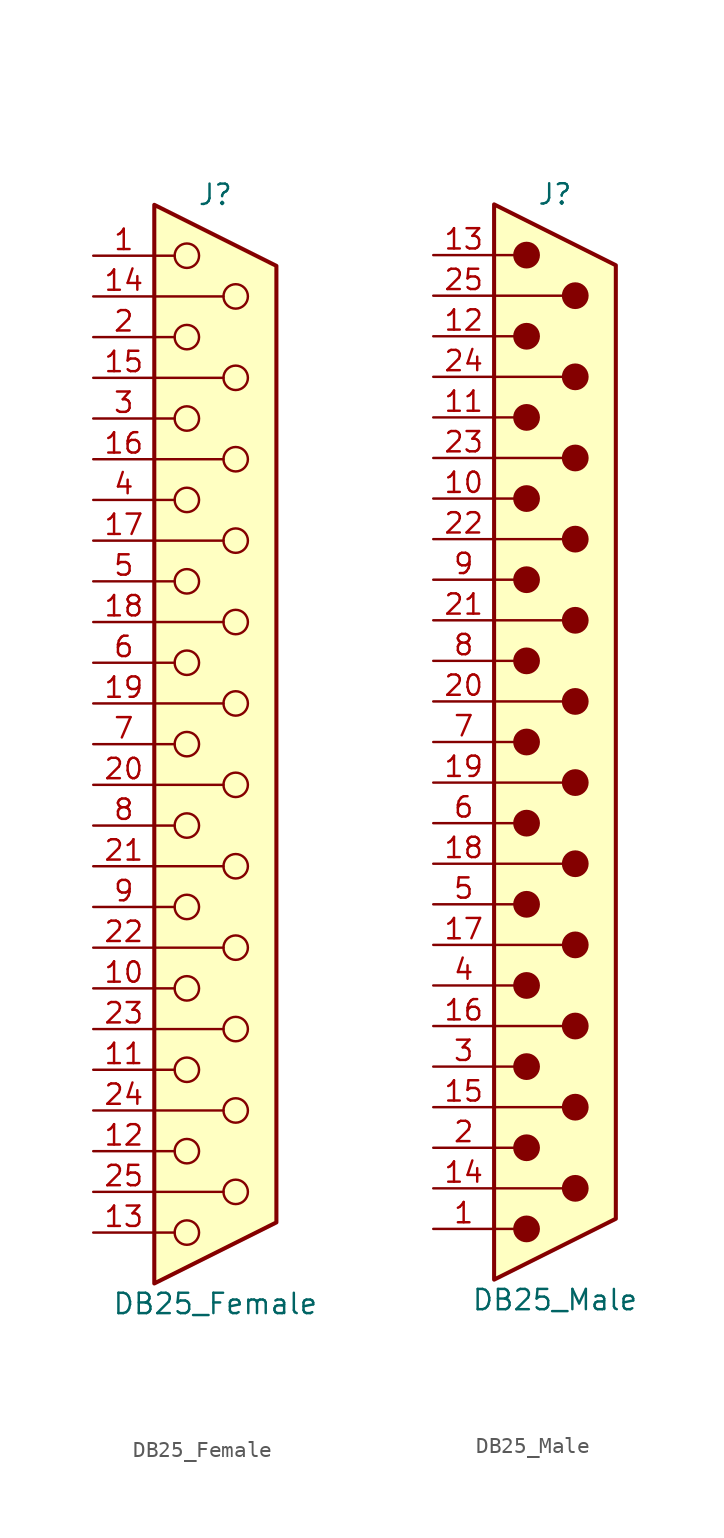
<source format=kicad_sym>
(kicad_symbol_lib
  (version 20211014)
  (generator kicad_symbol_editor)
  (symbol "DB25_Female"
    (pin_names
      (offset 1.016) hide)
    (property "Reference" "J"
      (at 0 34.29 0)
      (effects (font (size 1.27 1.27))))
    (property "Value" "DB25_Female"
      (at 0 -34.925 0)
      (effects (font (size 1.27 1.27))))
    (symbol "DB25_Female_0_1"
      (circle (center -1.778 -30.48) (radius 0.762) (stroke (width 0) (type default) (color 0 0 0 0)) (fill (type none)))
      (circle (center -1.778 -25.4) (radius 0.762) (stroke (width 0) (type default) (color 0 0 0 0)) (fill (type none)))
      (circle (center -1.778 -20.32) (radius 0.762) (stroke (width 0) (type default) (color 0 0 0 0)) (fill (type none)))
      (circle (center -1.778 -15.24) (radius 0.762) (stroke (width 0) (type default) (color 0 0 0 0)) (fill (type none)))
      (circle (center -1.778 -10.16) (radius 0.762) (stroke (width 0) (type default) (color 0 0 0 0)) (fill (type none)))
      (circle (center -1.778 -5.08) (radius 0.762) (stroke (width 0) (type default) (color 0 0 0 0)) (fill (type none)))
      (circle (center -1.778 0) (radius 0.762) (stroke (width 0) (type default) (color 0 0 0 0)) (fill (type none)))
      (circle (center -1.778 5.08) (radius 0.762) (stroke (width 0) (type default) (color 0 0 0 0)) (fill (type none)))
      (circle (center -1.778 10.16) (radius 0.762) (stroke (width 0) (type default) (color 0 0 0 0)) (fill (type none)))
      (circle (center -1.778 15.24) (radius 0.762) (stroke (width 0) (type default) (color 0 0 0 0)) (fill (type none)))
      (circle (center -1.778 20.32) (radius 0.762) (stroke (width 0) (type default) (color 0 0 0 0)) (fill (type none)))
      (circle (center -1.778 25.4) (radius 0.762) (stroke (width 0) (type default) (color 0 0 0 0)) (fill (type none)))
      (circle (center -1.778 30.48) (radius 0.762) (stroke (width 0) (type default) (color 0 0 0 0)) (fill (type none)))
      (polyline (pts (xy -3.81 -30.48) (xy -2.54 -30.48)) (stroke (width 0) (type default) (color 0 0 0 0)) (fill (type none)))
      (polyline (pts (xy -3.81 -27.94) (xy 0.508 -27.94)) (stroke (width 0) (type default) (color 0 0 0 0)) (fill (type none)))
      (polyline (pts (xy -3.81 -25.4) (xy -2.54 -25.4)) (stroke (width 0) (type default) (color 0 0 0 0)) (fill (type none)))
      (polyline (pts (xy -3.81 -22.86) (xy 0.508 -22.86)) (stroke (width 0) (type default) (color 0 0 0 0)) (fill (type none)))
      (polyline (pts (xy -3.81 -20.32) (xy -2.54 -20.32)) (stroke (width 0) (type default) (color 0 0 0 0)) (fill (type none)))
      (polyline (pts (xy -3.81 -17.78) (xy 0.508 -17.78)) (stroke (width 0) (type default) (color 0 0 0 0)) (fill (type none)))
      (polyline (pts (xy -3.81 -15.24) (xy -2.54 -15.24)) (stroke (width 0) (type default) (color 0 0 0 0)) (fill (type none)))
      (polyline (pts (xy -3.81 -12.7) (xy 0.508 -12.7)) (stroke (width 0) (type default) (color 0 0 0 0)) (fill (type none)))
      (polyline (pts (xy -3.81 -10.16) (xy -2.54 -10.16)) (stroke (width 0) (type default) (color 0 0 0 0)) (fill (type none)))
      (polyline (pts (xy -3.81 -7.62) (xy 0.508 -7.62)) (stroke (width 0) (type default) (color 0 0 0 0)) (fill (type none)))
      (polyline (pts (xy -3.81 -5.08) (xy -2.54 -5.08)) (stroke (width 0) (type default) (color 0 0 0 0)) (fill (type none)))
      (polyline (pts (xy -3.81 -2.54) (xy 0.508 -2.54)) (stroke (width 0) (type default) (color 0 0 0 0)) (fill (type none)))
      (polyline (pts (xy -3.81 0) (xy -2.54 0)) (stroke (width 0) (type default) (color 0 0 0 0)) (fill (type none)))
      (polyline (pts (xy -3.81 2.54) (xy 0.508 2.54)) (stroke (width 0) (type default) (color 0 0 0 0)) (fill (type none)))
      (polyline (pts (xy -3.81 5.08) (xy -2.54 5.08)) (stroke (width 0) (type default) (color 0 0 0 0)) (fill (type none)))
      (polyline (pts (xy -3.81 7.62) (xy 0.508 7.62)) (stroke (width 0) (type default) (color 0 0 0 0)) (fill (type none)))
      (polyline (pts (xy -3.81 10.16) (xy -2.54 10.16)) (stroke (width 0) (type default) (color 0 0 0 0)) (fill (type none)))
      (polyline (pts (xy -3.81 12.7) (xy 0.508 12.7)) (stroke (width 0) (type default) (color 0 0 0 0)) (fill (type none)))
      (polyline (pts (xy -3.81 15.24) (xy -2.54 15.24)) (stroke (width 0) (type default) (color 0 0 0 0)) (fill (type none)))
      (polyline (pts (xy -3.81 17.78) (xy 0.508 17.78)) (stroke (width 0) (type default) (color 0 0 0 0)) (fill (type none)))
      (polyline (pts (xy -3.81 20.32) (xy -2.54 20.32)) (stroke (width 0) (type default) (color 0 0 0 0)) (fill (type none)))
      (polyline (pts (xy -3.81 22.86) (xy 0.508 22.86)) (stroke (width 0) (type default) (color 0 0 0 0)) (fill (type none)))
      (polyline (pts (xy -3.81 25.4) (xy -2.54 25.4)) (stroke (width 0) (type default) (color 0 0 0 0)) (fill (type none)))
      (polyline (pts (xy -3.81 27.94) (xy 0.508 27.94)) (stroke (width 0) (type default) (color 0 0 0 0)) (fill (type none)))
      (polyline (pts (xy -3.81 30.48) (xy -2.54 30.48)) (stroke (width 0) (type default) (color 0 0 0 0)) (fill (type none)))
      (polyline (pts (xy -3.81 33.655) (xy 3.81 29.845) (xy 3.81 -29.845) (xy -3.81 -33.655) (xy -3.81 33.655)) (stroke (width 0.254) (type default) (color 0 0 0 0)) (fill (type background)))
      (circle (center 1.27 -27.94) (radius 0.762) (stroke (width 0) (type default) (color 0 0 0 0)) (fill (type none)))
      (circle (center 1.27 -22.86) (radius 0.762) (stroke (width 0) (type default) (color 0 0 0 0)) (fill (type none)))
      (circle (center 1.27 -17.78) (radius 0.762) (stroke (width 0) (type default) (color 0 0 0 0)) (fill (type none)))
      (circle (center 1.27 -12.7) (radius 0.762) (stroke (width 0) (type default) (color 0 0 0 0)) (fill (type none)))
      (circle (center 1.27 -7.62) (radius 0.762) (stroke (width 0) (type default) (color 0 0 0 0)) (fill (type none)))
      (circle (center 1.27 -2.54) (radius 0.762) (stroke (width 0) (type default) (color 0 0 0 0)) (fill (type none)))
      (circle (center 1.27 2.54) (radius 0.762) (stroke (width 0) (type default) (color 0 0 0 0)) (fill (type none)))
      (circle (center 1.27 7.62) (radius 0.762) (stroke (width 0) (type default) (color 0 0 0 0)) (fill (type none)))
      (circle (center 1.27 12.7) (radius 0.762) (stroke (width 0) (type default) (color 0 0 0 0)) (fill (type none)))
      (circle (center 1.27 17.78) (radius 0.762) (stroke (width 0) (type default) (color 0 0 0 0)) (fill (type none)))
      (circle (center 1.27 22.86) (radius 0.762) (stroke (width 0) (type default) (color 0 0 0 0)) (fill (type none)))
      (circle (center 1.27 27.94) (radius 0.762) (stroke (width 0) (type default) (color 0 0 0 0)) (fill (type none))))
    (symbol "DB25_Female_1_1"
      (pin passive line (at -7.62 30.48 0) (length 3.81) (name "1" (effects (font (size 1.27 1.27)))) (number "1" (effects (font (size 1.27 1.27)))))
      (pin passive line (at -7.62 -15.24 0) (length 3.81) (name "10" (effects (font (size 1.27 1.27)))) (number "10" (effects (font (size 1.27 1.27)))))
      (pin passive line (at -7.62 -20.32 0) (length 3.81) (name "11" (effects (font (size 1.27 1.27)))) (number "11" (effects (font (size 1.27 1.27)))))
      (pin passive line (at -7.62 -25.4 0) (length 3.81) (name "12" (effects (font (size 1.27 1.27)))) (number "12" (effects (font (size 1.27 1.27)))))
      (pin passive line (at -7.62 -30.48 0) (length 3.81) (name "13" (effects (font (size 1.27 1.27)))) (number "13" (effects (font (size 1.27 1.27)))))
      (pin passive line (at -7.62 27.94 0) (length 3.81) (name "P14" (effects (font (size 1.27 1.27)))) (number "14" (effects (font (size 1.27 1.27)))))
      (pin passive line (at -7.62 22.86 0) (length 3.81) (name "P15" (effects (font (size 1.27 1.27)))) (number "15" (effects (font (size 1.27 1.27)))))
      (pin passive line (at -7.62 17.78 0) (length 3.81) (name "P16" (effects (font (size 1.27 1.27)))) (number "16" (effects (font (size 1.27 1.27)))))
      (pin passive line (at -7.62 12.7 0) (length 3.81) (name "P17" (effects (font (size 1.27 1.27)))) (number "17" (effects (font (size 1.27 1.27)))))
      (pin passive line (at -7.62 7.62 0) (length 3.81) (name "P18" (effects (font (size 1.27 1.27)))) (number "18" (effects (font (size 1.27 1.27)))))
      (pin passive line (at -7.62 2.54 0) (length 3.81) (name "P19" (effects (font (size 1.27 1.27)))) (number "19" (effects (font (size 1.27 1.27)))))
      (pin passive line (at -7.62 25.4 0) (length 3.81) (name "2" (effects (font (size 1.27 1.27)))) (number "2" (effects (font (size 1.27 1.27)))))
      (pin passive line (at -7.62 -2.54 0) (length 3.81) (name "P20" (effects (font (size 1.27 1.27)))) (number "20" (effects (font (size 1.27 1.27)))))
      (pin passive line (at -7.62 -7.62 0) (length 3.81) (name "P21" (effects (font (size 1.27 1.27)))) (number "21" (effects (font (size 1.27 1.27)))))
      (pin passive line (at -7.62 -12.7 0) (length 3.81) (name "P22" (effects (font (size 1.27 1.27)))) (number "22" (effects (font (size 1.27 1.27)))))
      (pin passive line (at -7.62 -17.78 0) (length 3.81) (name "P23" (effects (font (size 1.27 1.27)))) (number "23" (effects (font (size 1.27 1.27)))))
      (pin passive line (at -7.62 -22.86 0) (length 3.81) (name "P24" (effects (font (size 1.27 1.27)))) (number "24" (effects (font (size 1.27 1.27)))))
      (pin passive line (at -7.62 -27.94 0) (length 3.81) (name "P25" (effects (font (size 1.27 1.27)))) (number "25" (effects (font (size 1.27 1.27)))))
      (pin passive line (at -7.62 20.32 0) (length 3.81) (name "3" (effects (font (size 1.27 1.27)))) (number "3" (effects (font (size 1.27 1.27)))))
      (pin passive line (at -7.62 15.24 0) (length 3.81) (name "4" (effects (font (size 1.27 1.27)))) (number "4" (effects (font (size 1.27 1.27)))))
      (pin passive line (at -7.62 10.16 0) (length 3.81) (name "5" (effects (font (size 1.27 1.27)))) (number "5" (effects (font (size 1.27 1.27)))))
      (pin passive line (at -7.62 5.08 0) (length 3.81) (name "6" (effects (font (size 1.27 1.27)))) (number "6" (effects (font (size 1.27 1.27)))))
      (pin passive line (at -7.62 0 0) (length 3.81) (name "7" (effects (font (size 1.27 1.27)))) (number "7" (effects (font (size 1.27 1.27)))))
      (pin passive line (at -7.62 -5.08 0) (length 3.81) (name "8" (effects (font (size 1.27 1.27)))) (number "8" (effects (font (size 1.27 1.27)))))
      (pin passive line (at -7.62 -10.16 0) (length 3.81) (name "9" (effects (font (size 1.27 1.27)))) (number "9" (effects (font (size 1.27 1.27)))))))
  (symbol "DB25_Male"
    (pin_names
      (offset 1.016) hide)
    (property "Reference" "J"
      (at 0 34.29 0)
      (effects (font (size 1.27 1.27))))
    (property "Value" "DB25_Male"
      (at 0 -34.925 0)
      (effects (font (size 1.27 1.27))))
    (symbol "DB25_Male_0_1"
      (circle (center -1.778 -30.48) (radius 0.762) (stroke (width 0) (type default) (color 0 0 0 0)) (fill (type outline)))
      (circle (center -1.778 -25.4) (radius 0.762) (stroke (width 0) (type default) (color 0 0 0 0)) (fill (type outline)))
      (circle (center -1.778 -20.32) (radius 0.762) (stroke (width 0) (type default) (color 0 0 0 0)) (fill (type outline)))
      (circle (center -1.778 -15.24) (radius 0.762) (stroke (width 0) (type default) (color 0 0 0 0)) (fill (type outline)))
      (circle (center -1.778 -10.16) (radius 0.762) (stroke (width 0) (type default) (color 0 0 0 0)) (fill (type outline)))
      (circle (center -1.778 -5.08) (radius 0.762) (stroke (width 0) (type default) (color 0 0 0 0)) (fill (type outline)))
      (circle (center -1.778 0) (radius 0.762) (stroke (width 0) (type default) (color 0 0 0 0)) (fill (type outline)))
      (circle (center -1.778 5.08) (radius 0.762) (stroke (width 0) (type default) (color 0 0 0 0)) (fill (type outline)))
      (circle (center -1.778 10.16) (radius 0.762) (stroke (width 0) (type default) (color 0 0 0 0)) (fill (type outline)))
      (circle (center -1.778 15.24) (radius 0.762) (stroke (width 0) (type default) (color 0 0 0 0)) (fill (type outline)))
      (circle (center -1.778 20.32) (radius 0.762) (stroke (width 0) (type default) (color 0 0 0 0)) (fill (type outline)))
      (circle (center -1.778 25.4) (radius 0.762) (stroke (width 0) (type default) (color 0 0 0 0)) (fill (type outline)))
      (circle (center -1.778 30.48) (radius 0.762) (stroke (width 0) (type default) (color 0 0 0 0)) (fill (type outline)))
      (polyline (pts (xy -3.81 -30.48) (xy -2.54 -30.48)) (stroke (width 0) (type default) (color 0 0 0 0)) (fill (type none)))
      (polyline (pts (xy -3.81 -27.94) (xy 0.508 -27.94)) (stroke (width 0) (type default) (color 0 0 0 0)) (fill (type none)))
      (polyline (pts (xy -3.81 -25.4) (xy -2.54 -25.4)) (stroke (width 0) (type default) (color 0 0 0 0)) (fill (type none)))
      (polyline (pts (xy -3.81 -22.86) (xy 0.508 -22.86)) (stroke (width 0) (type default) (color 0 0 0 0)) (fill (type none)))
      (polyline (pts (xy -3.81 -20.32) (xy -2.54 -20.32)) (stroke (width 0) (type default) (color 0 0 0 0)) (fill (type none)))
      (polyline (pts (xy -3.81 -17.78) (xy 0.508 -17.78)) (stroke (width 0) (type default) (color 0 0 0 0)) (fill (type none)))
      (polyline (pts (xy -3.81 -15.24) (xy -2.54 -15.24)) (stroke (width 0) (type default) (color 0 0 0 0)) (fill (type none)))
      (polyline (pts (xy -3.81 -12.7) (xy 0.508 -12.7)) (stroke (width 0) (type default) (color 0 0 0 0)) (fill (type none)))
      (polyline (pts (xy -3.81 -10.16) (xy -2.54 -10.16)) (stroke (width 0) (type default) (color 0 0 0 0)) (fill (type none)))
      (polyline (pts (xy -3.81 -7.62) (xy 0.508 -7.62)) (stroke (width 0) (type default) (color 0 0 0 0)) (fill (type none)))
      (polyline (pts (xy -3.81 -5.08) (xy -2.54 -5.08)) (stroke (width 0) (type default) (color 0 0 0 0)) (fill (type none)))
      (polyline (pts (xy -3.81 -2.54) (xy 0.508 -2.54)) (stroke (width 0) (type default) (color 0 0 0 0)) (fill (type none)))
      (polyline (pts (xy -3.81 0) (xy -2.54 0)) (stroke (width 0) (type default) (color 0 0 0 0)) (fill (type none)))
      (polyline (pts (xy -3.81 2.54) (xy 0.508 2.54)) (stroke (width 0) (type default) (color 0 0 0 0)) (fill (type none)))
      (polyline (pts (xy -3.81 5.08) (xy -2.54 5.08)) (stroke (width 0) (type default) (color 0 0 0 0)) (fill (type none)))
      (polyline (pts (xy -3.81 7.62) (xy 0.508 7.62)) (stroke (width 0) (type default) (color 0 0 0 0)) (fill (type none)))
      (polyline (pts (xy -3.81 10.16) (xy -2.54 10.16)) (stroke (width 0) (type default) (color 0 0 0 0)) (fill (type none)))
      (polyline (pts (xy -3.81 12.7) (xy 0.508 12.7)) (stroke (width 0) (type default) (color 0 0 0 0)) (fill (type none)))
      (polyline (pts (xy -3.81 15.24) (xy -2.54 15.24)) (stroke (width 0) (type default) (color 0 0 0 0)) (fill (type none)))
      (polyline (pts (xy -3.81 17.78) (xy 0.508 17.78)) (stroke (width 0) (type default) (color 0 0 0 0)) (fill (type none)))
      (polyline (pts (xy -3.81 20.32) (xy -2.54 20.32)) (stroke (width 0) (type default) (color 0 0 0 0)) (fill (type none)))
      (polyline (pts (xy -3.81 22.86) (xy 0.508 22.86)) (stroke (width 0) (type default) (color 0 0 0 0)) (fill (type none)))
      (polyline (pts (xy -3.81 25.4) (xy -2.54 25.4)) (stroke (width 0) (type default) (color 0 0 0 0)) (fill (type none)))
      (polyline (pts (xy -3.81 27.94) (xy 0.508 27.94)) (stroke (width 0) (type default) (color 0 0 0 0)) (fill (type none)))
      (polyline (pts (xy -3.81 30.48) (xy -2.54 30.48)) (stroke (width 0) (type default) (color 0 0 0 0)) (fill (type none)))
      (polyline (pts (xy -3.81 -33.655) (xy 3.81 -29.845) (xy 3.81 29.845) (xy -3.81 33.655) (xy -3.81 -33.655)) (stroke (width 0.254) (type default) (color 0 0 0 0)) (fill (type background)))
      (circle (center 1.27 -27.94) (radius 0.762) (stroke (width 0) (type default) (color 0 0 0 0)) (fill (type outline)))
      (circle (center 1.27 -22.86) (radius 0.762) (stroke (width 0) (type default) (color 0 0 0 0)) (fill (type outline)))
      (circle (center 1.27 -17.78) (radius 0.762) (stroke (width 0) (type default) (color 0 0 0 0)) (fill (type outline)))
      (circle (center 1.27 -12.7) (radius 0.762) (stroke (width 0) (type default) (color 0 0 0 0)) (fill (type outline)))
      (circle (center 1.27 -7.62) (radius 0.762) (stroke (width 0) (type default) (color 0 0 0 0)) (fill (type outline)))
      (circle (center 1.27 -2.54) (radius 0.762) (stroke (width 0) (type default) (color 0 0 0 0)) (fill (type outline)))
      (circle (center 1.27 2.54) (radius 0.762) (stroke (width 0) (type default) (color 0 0 0 0)) (fill (type outline)))
      (circle (center 1.27 7.62) (radius 0.762) (stroke (width 0) (type default) (color 0 0 0 0)) (fill (type outline)))
      (circle (center 1.27 12.7) (radius 0.762) (stroke (width 0) (type default) (color 0 0 0 0)) (fill (type outline)))
      (circle (center 1.27 17.78) (radius 0.762) (stroke (width 0) (type default) (color 0 0 0 0)) (fill (type outline)))
      (circle (center 1.27 22.86) (radius 0.762) (stroke (width 0) (type default) (color 0 0 0 0)) (fill (type outline)))
      (circle (center 1.27 27.94) (radius 0.762) (stroke (width 0) (type default) (color 0 0 0 0)) (fill (type outline))))
    (symbol "DB25_Male_1_1"
      (pin passive line (at -7.62 -30.48 0) (length 3.81) (name "1" (effects (font (size 1.27 1.27)))) (number "1" (effects (font (size 1.27 1.27)))))
      (pin passive line (at -7.62 15.24 0) (length 3.81) (name "10" (effects (font (size 1.27 1.27)))) (number "10" (effects (font (size 1.27 1.27)))))
      (pin passive line (at -7.62 20.32 0) (length 3.81) (name "11" (effects (font (size 1.27 1.27)))) (number "11" (effects (font (size 1.27 1.27)))))
      (pin passive line (at -7.62 25.4 0) (length 3.81) (name "12" (effects (font (size 1.27 1.27)))) (number "12" (effects (font (size 1.27 1.27)))))
      (pin passive line (at -7.62 30.48 0) (length 3.81) (name "13" (effects (font (size 1.27 1.27)))) (number "13" (effects (font (size 1.27 1.27)))))
      (pin passive line (at -7.62 -27.94 0) (length 3.81) (name "P14" (effects (font (size 1.27 1.27)))) (number "14" (effects (font (size 1.27 1.27)))))
      (pin passive line (at -7.62 -22.86 0) (length 3.81) (name "P15" (effects (font (size 1.27 1.27)))) (number "15" (effects (font (size 1.27 1.27)))))
      (pin passive line (at -7.62 -17.78 0) (length 3.81) (name "P16" (effects (font (size 1.27 1.27)))) (number "16" (effects (font (size 1.27 1.27)))))
      (pin passive line (at -7.62 -12.7 0) (length 3.81) (name "P17" (effects (font (size 1.27 1.27)))) (number "17" (effects (font (size 1.27 1.27)))))
      (pin passive line (at -7.62 -7.62 0) (length 3.81) (name "P18" (effects (font (size 1.27 1.27)))) (number "18" (effects (font (size 1.27 1.27)))))
      (pin passive line (at -7.62 -2.54 0) (length 3.81) (name "P19" (effects (font (size 1.27 1.27)))) (number "19" (effects (font (size 1.27 1.27)))))
      (pin passive line (at -7.62 -25.4 0) (length 3.81) (name "2" (effects (font (size 1.27 1.27)))) (number "2" (effects (font (size 1.27 1.27)))))
      (pin passive line (at -7.62 2.54 0) (length 3.81) (name "P20" (effects (font (size 1.27 1.27)))) (number "20" (effects (font (size 1.27 1.27)))))
      (pin passive line (at -7.62 7.62 0) (length 3.81) (name "P21" (effects (font (size 1.27 1.27)))) (number "21" (effects (font (size 1.27 1.27)))))
      (pin passive line (at -7.62 12.7 0) (length 3.81) (name "P22" (effects (font (size 1.27 1.27)))) (number "22" (effects (font (size 1.27 1.27)))))
      (pin passive line (at -7.62 17.78 0) (length 3.81) (name "P23" (effects (font (size 1.27 1.27)))) (number "23" (effects (font (size 1.27 1.27)))))
      (pin passive line (at -7.62 22.86 0) (length 3.81) (name "P24" (effects (font (size 1.27 1.27)))) (number "24" (effects (font (size 1.27 1.27)))))
      (pin passive line (at -7.62 27.94 0) (length 3.81) (name "P25" (effects (font (size 1.27 1.27)))) (number "25" (effects (font (size 1.27 1.27)))))
      (pin passive line (at -7.62 -20.32 0) (length 3.81) (name "3" (effects (font (size 1.27 1.27)))) (number "3" (effects (font (size 1.27 1.27)))))
      (pin passive line (at -7.62 -15.24 0) (length 3.81) (name "4" (effects (font (size 1.27 1.27)))) (number "4" (effects (font (size 1.27 1.27)))))
      (pin passive line (at -7.62 -10.16 0) (length 3.81) (name "5" (effects (font (size 1.27 1.27)))) (number "5" (effects (font (size 1.27 1.27)))))
      (pin passive line (at -7.62 -5.08 0) (length 3.81) (name "6" (effects (font (size 1.27 1.27)))) (number "6" (effects (font (size 1.27 1.27)))))
      (pin passive line (at -7.62 0 0) (length 3.81) (name "7" (effects (font (size 1.27 1.27)))) (number "7" (effects (font (size 1.27 1.27)))))
      (pin passive line (at -7.62 5.08 0) (length 3.81) (name "8" (effects (font (size 1.27 1.27)))) (number "8" (effects (font (size 1.27 1.27)))))
      (pin passive line (at -7.62 10.16 0) (length 3.81) (name "9" (effects (font (size 1.27 1.27)))) (number "9" (effects (font (size 1.27 1.27))))))))
</source>
